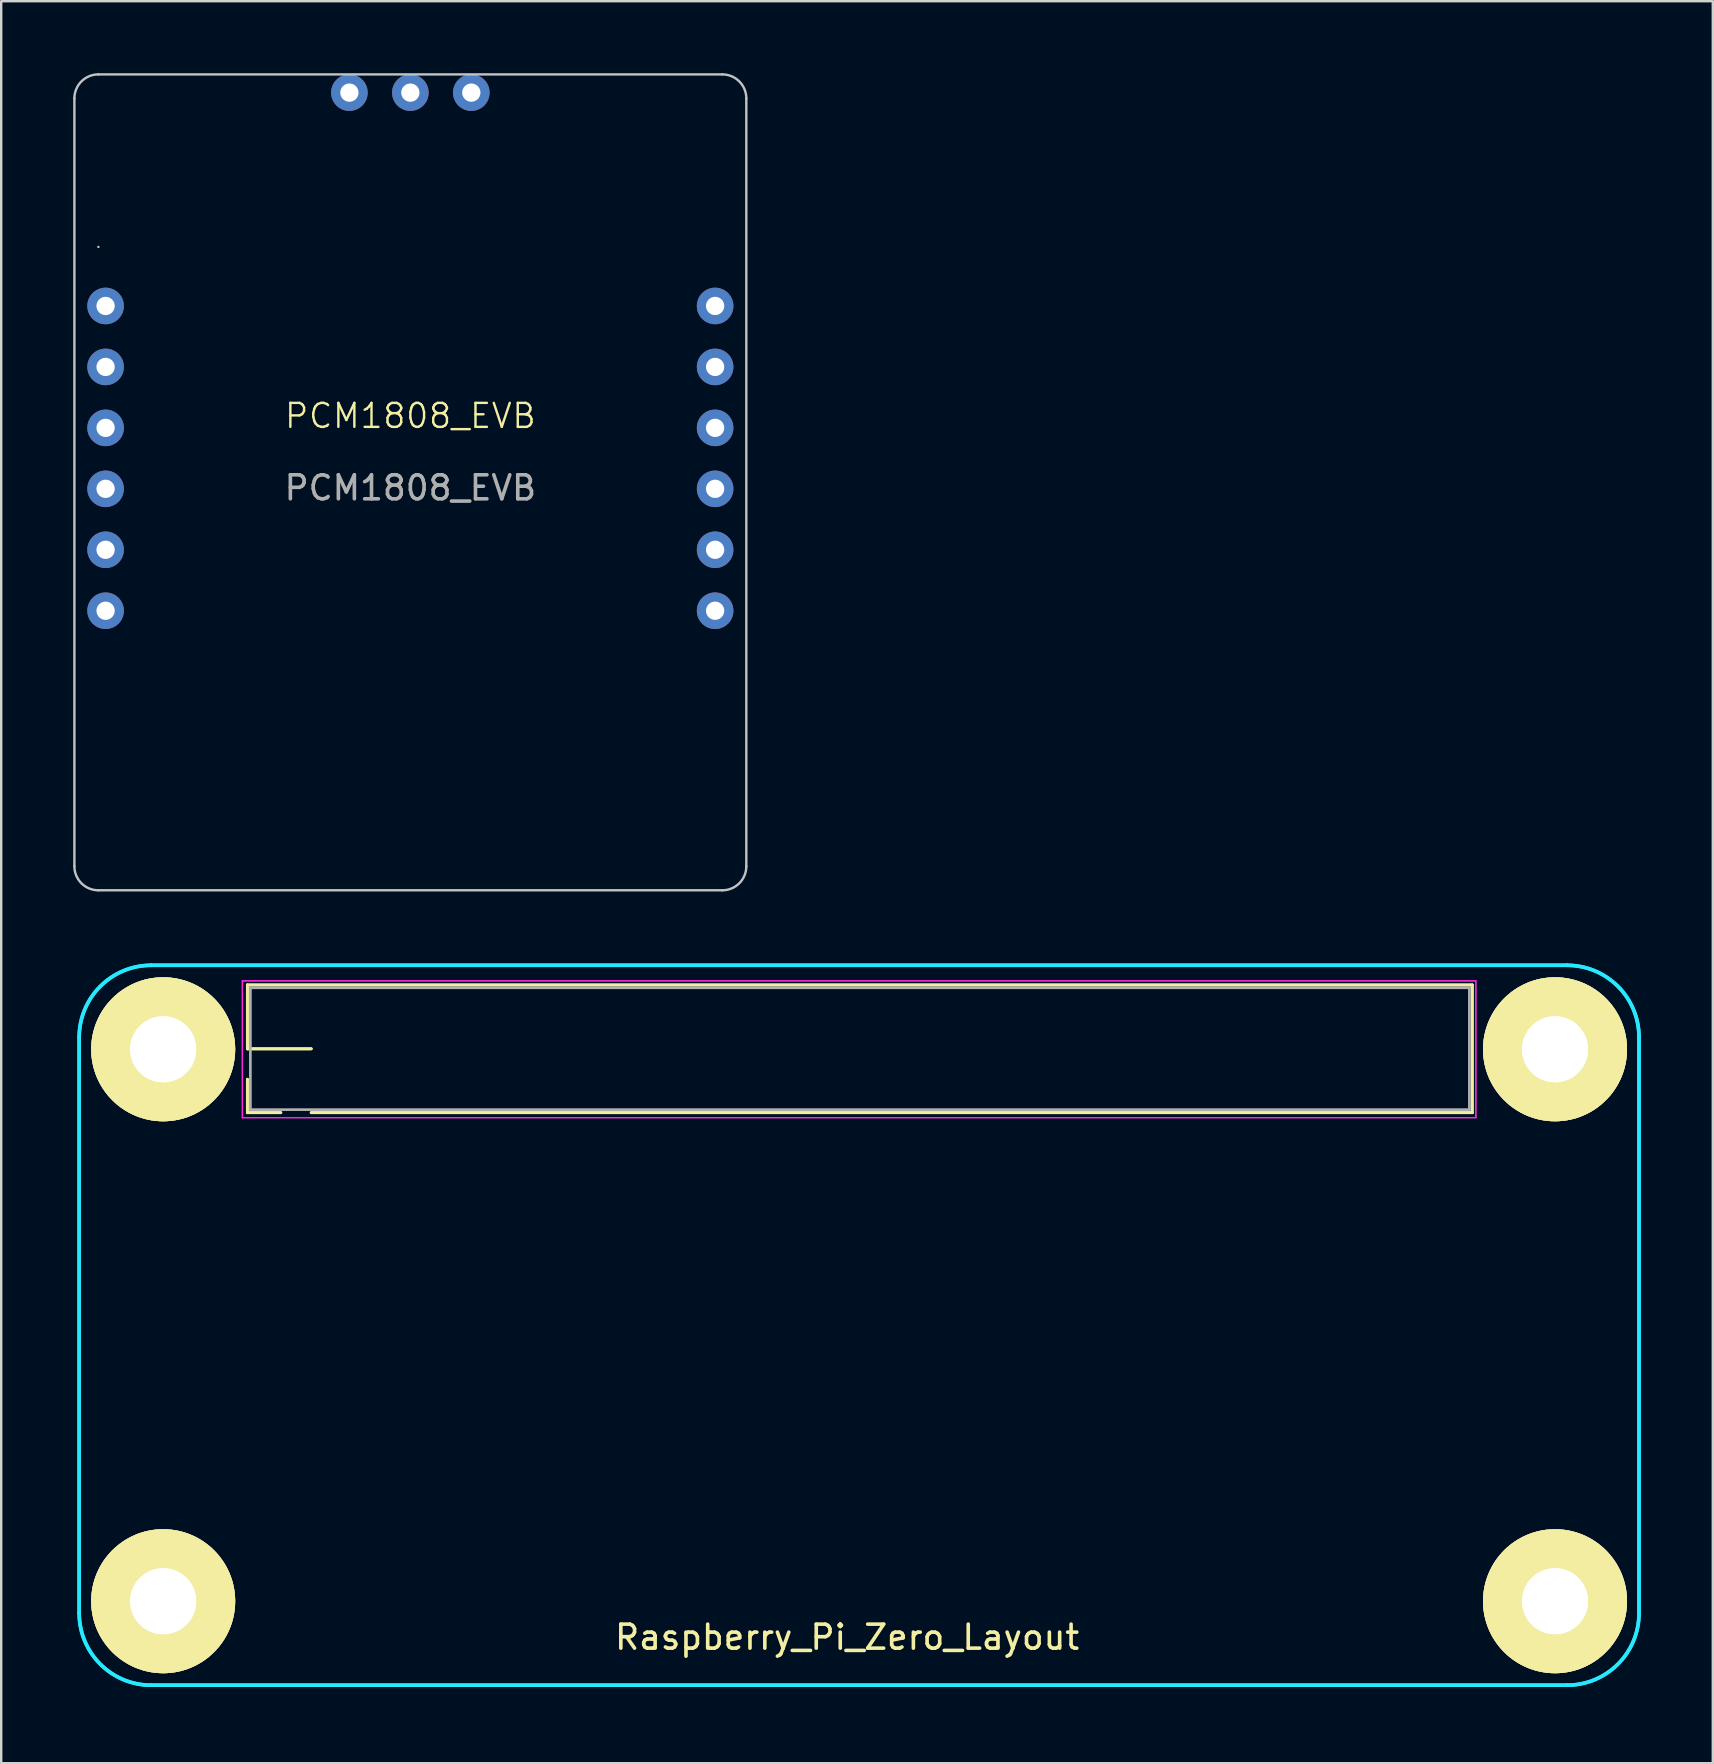
<source format=kicad_pcb>
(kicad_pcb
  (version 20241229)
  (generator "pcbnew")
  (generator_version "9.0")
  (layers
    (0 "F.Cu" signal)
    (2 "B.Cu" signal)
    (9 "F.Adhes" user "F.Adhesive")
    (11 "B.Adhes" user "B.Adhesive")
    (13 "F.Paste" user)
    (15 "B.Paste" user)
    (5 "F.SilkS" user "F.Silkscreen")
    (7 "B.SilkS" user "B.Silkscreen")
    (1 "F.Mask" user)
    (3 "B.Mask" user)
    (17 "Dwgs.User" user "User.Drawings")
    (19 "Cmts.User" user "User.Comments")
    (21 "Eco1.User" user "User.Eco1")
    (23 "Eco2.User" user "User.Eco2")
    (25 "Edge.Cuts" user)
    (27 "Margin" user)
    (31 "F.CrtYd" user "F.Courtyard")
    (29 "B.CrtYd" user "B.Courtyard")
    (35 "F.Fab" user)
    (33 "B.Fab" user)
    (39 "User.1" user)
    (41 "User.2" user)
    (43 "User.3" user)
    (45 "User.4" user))
  (footprint "Raspberry_Pi_Zero_Layout"
    (layer "F.Cu")
    (at 0.25 67.175)
    (property "Reference" "Raspberry_Pi_Zero_Layout" (at 32 -2 0) (layer "F.SilkS") (effects (font (size 1 1) (thickness 0.15))))
    (attr through_hole)
    (fp_line (start 7.01 -29.18) (end 7.01 -26.52) (stroke (width 0.12) (type solid)) (layer "F.SilkS"))
    (fp_line (start 7.01 -29.18) (end 7.01 -26.52) (stroke (width 0.12) (type solid)) (layer "F.SilkS"))
    (fp_line (start 7.01 -26.52) (end 9.67 -26.52) (stroke (width 0.12) (type solid)) (layer "F.SilkS"))
    (fp_line (start 7.01 -26.52) (end 9.67 -26.52) (stroke (width 0.12) (type solid)) (layer "F.SilkS"))
    (fp_line (start 7.01 -23.86) (end 7.01 -25.25) (stroke (width 0.12) (type solid)) (layer "F.SilkS"))
    (fp_line (start 7.01 -23.86) (end 7.01 -25.25) (stroke (width 0.12) (type solid)) (layer "F.SilkS"))
    (fp_line (start 8.4 -23.86) (end 7.01 -23.86) (stroke (width 0.12) (type solid)) (layer "F.SilkS"))
    (fp_line (start 8.4 -23.86) (end 7.01 -23.86) (stroke (width 0.12) (type solid)) (layer "F.SilkS"))
    (fp_line (start 9.67 -23.86) (end 58.05 -23.86) (stroke (width 0.12) (type solid)) (layer "F.SilkS"))
    (fp_line (start 9.67 -23.86) (end 58.05 -23.86) (stroke (width 0.12) (type solid)) (layer "F.SilkS"))
    (fp_line (start 58.05 -29.18) (end 7.01 -29.18) (stroke (width 0.12) (type solid)) (layer "F.SilkS"))
    (fp_line (start 58.05 -29.18) (end 7.01 -29.18) (stroke (width 0.12) (type solid)) (layer "F.SilkS"))
    (fp_line (start 58.05 -23.86) (end 58.05 -29.18) (stroke (width 0.12) (type solid)) (layer "F.SilkS"))
    (fp_line (start 58.05 -23.86) (end 58.05 -29.18) (stroke (width 0.12) (type solid)) (layer "F.SilkS"))
    (fp_line (start 0 -3) (end 0 -27) (stroke (width 0.15) (type solid)) (layer "B.CrtYd"))
    (fp_line (start 0 -3) (end 0 -27) (stroke (width 0.15) (type solid)) (layer "B.CrtYd"))
    (fp_line (start 3 -30) (end 62 -30) (stroke (width 0.15) (type solid)) (layer "B.CrtYd"))
    (fp_line (start 3 -30) (end 62 -30) (stroke (width 0.15) (type solid)) (layer "B.CrtYd"))
    (fp_line (start 62 0) (end 3 0) (stroke (width 0.15) (type solid)) (layer "B.CrtYd"))
    (fp_line (start 62 0) (end 3 0) (stroke (width 0.15) (type solid)) (layer "B.CrtYd"))
    (fp_line (start 65 -27) (end 65 -3) (stroke (width 0.15) (type solid)) (layer "B.CrtYd"))
    (fp_line (start 65 -27) (end 65 -3) (stroke (width 0.15) (type solid)) (layer "B.CrtYd"))
    (fp_arc (start 0 -27) (mid 0.87868 -29.12132) (end 3 -30) (stroke (width 0.15) (type solid)) (layer "B.CrtYd"))
    (fp_arc (start 0 -27) (mid 0.87868 -29.12132) (end 3 -30) (stroke (width 0.15) (type solid)) (layer "B.CrtYd"))
    (fp_arc (start 3 0) (mid 0.87868 -0.87868) (end 0 -3) (stroke (width 0.15) (type solid)) (layer "B.CrtYd"))
    (fp_arc (start 3 0) (mid 0.87868 -0.87868) (end 0 -3) (stroke (width 0.15) (type solid)) (layer "B.CrtYd"))
    (fp_arc (start 62 -30) (mid 64.12132 -29.12132) (end 65 -27) (stroke (width 0.15) (type solid)) (layer "B.CrtYd"))
    (fp_arc (start 62 -30) (mid 64.12132 -29.12132) (end 65 -27) (stroke (width 0.15) (type solid)) (layer "B.CrtYd"))
    (fp_arc (start 65 -3) (mid 64.12132 -0.87868) (end 62 0) (stroke (width 0.15) (type solid)) (layer "B.CrtYd"))
    (fp_arc (start 65 -3) (mid 64.12132 -0.87868) (end 62 0) (stroke (width 0.15) (type solid)) (layer "B.CrtYd"))
    (fp_line (start 6.8 -29.35) (end 6.8 -23.65) (stroke (width 0.05) (type solid)) (layer "F.CrtYd"))
    (fp_line (start 6.8 -29.35) (end 6.8 -23.65) (stroke (width 0.05) (type solid)) (layer "F.CrtYd"))
    (fp_line (start 6.8 -23.65) (end 58.2 -23.65) (stroke (width 0.05) (type solid)) (layer "F.CrtYd"))
    (fp_line (start 6.8 -23.65) (end 58.2 -23.65) (stroke (width 0.05) (type solid)) (layer "F.CrtYd"))
    (fp_line (start 58.2 -29.35) (end 6.8 -29.35) (stroke (width 0.05) (type solid)) (layer "F.CrtYd"))
    (fp_line (start 58.2 -29.35) (end 6.8 -29.35) (stroke (width 0.05) (type solid)) (layer "F.CrtYd"))
    (fp_line (start 58.2 -23.65) (end 58.2 -29.35) (stroke (width 0.05) (type solid)) (layer "F.CrtYd"))
    (fp_line (start 58.2 -23.65) (end 58.2 -29.35) (stroke (width 0.05) (type solid)) (layer "F.CrtYd"))
    (fp_line (start 7.13 -29.06) (end 7.13 -23.98) (stroke (width 0.1) (type solid)) (layer "F.Fab"))
    (fp_line (start 7.13 -29.06) (end 7.13 -23.98) (stroke (width 0.1) (type solid)) (layer "F.Fab"))
    (fp_line (start 7.13 -23.98) (end 57.93 -23.98) (stroke (width 0.1) (type solid)) (layer "F.Fab"))
    (fp_line (start 7.13 -23.98) (end 57.93 -23.98) (stroke (width 0.1) (type solid)) (layer "F.Fab"))
    (fp_line (start 57.93 -29.06) (end 7.13 -29.06) (stroke (width 0.1) (type solid)) (layer "F.Fab"))
    (fp_line (start 57.93 -29.06) (end 7.13 -29.06) (stroke (width 0.1) (type solid)) (layer "F.Fab"))
    (fp_line (start 57.93 -23.98) (end 57.93 -29.06) (stroke (width 0.1) (type solid)) (layer "F.Fab"))
    (fp_line (start 57.93 -23.98) (end 57.93 -29.06) (stroke (width 0.1) (type solid)) (layer "F.Fab"))
    (pad "" np_thru_hole circle (at 3.5 -26.5) (size 6 6) (drill 2.75) (layers "*.Cu" "*.Mask" "F.SilkS"))
    (pad "" np_thru_hole circle (at 3.5 -26.5) (size 6 6) (drill 2.75) (layers "*.Cu" "*.Mask" "F.SilkS"))
    (pad "" np_thru_hole circle (at 3.5 -3.5) (size 6 6) (drill 2.75) (layers "*.Cu" "*.Mask" "F.SilkS"))
    (pad "" np_thru_hole circle (at 3.5 -3.5) (size 6 6) (drill 2.75) (layers "*.Cu" "*.Mask" "F.SilkS"))
    (pad "" np_thru_hole circle (at 61.5 -26.5) (size 6 6) (drill 2.75) (layers "*.Cu" "*.Mask" "F.SilkS"))
    (pad "" np_thru_hole circle (at 61.5 -26.5) (size 6 6) (drill 2.75) (layers "*.Cu" "*.Mask" "F.SilkS"))
    (pad "" np_thru_hole circle (at 61.5 -3.5) (size 6 6) (drill 2.75) (layers "*.Cu" "*.Mask" "F.SilkS"))
    (pad "" np_thru_hole circle (at 61.5 -3.5) (size 6 6) (drill 2.75) (layers "*.Cu" "*.Mask" "F.SilkS")))
  (footprint "PCM1808_EVB"
    (layer "F.Cu")
    (at 14.05 16.05)
    (property "Reference" "PCM1808_EVB" (at 0 -1.77 0) (unlocked yes) (layer "F.SilkS") (effects (font (size 1 1) (thickness 0.1))))
    (attr through_hole)
    (fp_line (start -14 17) (end -14 -15) (stroke (width 0.1) (type default)) (layer "Dwgs.User"))
    (fp_line (start -13 -16) (end 13 -16) (stroke (width 0.1) (type default)) (layer "Dwgs.User"))
    (fp_line (start -13 -8.81) (end -13 -8.81) (stroke (width 0.1) (type default)) (layer "Dwgs.User"))
    (fp_line (start 13 18) (end -13 18) (stroke (width 0.1) (type default)) (layer "Dwgs.User"))
    (fp_line (start 14 -15) (end 14 17) (stroke (width 0.1) (type default)) (layer "Dwgs.User"))
    (fp_arc (start -14 -15) (mid -13.707107 -15.707107) (end -13 -16) (stroke (width 0.1) (type default)) (layer "Dwgs.User"))
    (fp_arc (start -13 18) (mid -13.707107 17.707107) (end -14 17) (stroke (width 0.1) (type default)) (layer "Dwgs.User"))
    (fp_arc (start 13 -16) (mid 13.707107 -15.707107) (end 14 -15) (stroke (width 0.1) (type default)) (layer "Dwgs.User"))
    (fp_arc (start 14 17) (mid 13.707107 17.707107) (end 13 18) (stroke (width 0.1) (type default)) (layer "Dwgs.User"))
    (fp_text user "${REFERENCE}" (at 0 1.23 0) (unlocked yes) (layer "F.Fab") (effects (font (size 1 1) (thickness 0.15))))
    (pad "1" thru_hole circle (at -12.7 6.35) (size 1.524 1.524) (drill 0.762) (layers "*.Cu" "*.Mask"))
    (pad "2" thru_hole circle (at -12.7 3.81) (size 1.524 1.524) (drill 0.762) (layers "*.Cu" "*.Mask"))
    (pad "3" thru_hole circle (at -12.7 1.27) (size 1.524 1.524) (drill 0.762) (layers "*.Cu" "*.Mask"))
    (pad "4" thru_hole circle (at -12.7 -1.27) (size 1.524 1.524) (drill 0.762) (layers "*.Cu" "*.Mask"))
    (pad "5" thru_hole circle (at -12.7 -3.81) (size 1.524 1.524) (drill 0.762) (layers "*.Cu" "*.Mask"))
    (pad "6" thru_hole circle (at -12.7 -6.35) (size 1.524 1.524) (drill 0.762) (layers "*.Cu" "*.Mask"))
    (pad "7" thru_hole circle (at -2.54 -15.24) (size 1.524 1.524) (drill 0.762) (layers "*.Cu" "*.Mask"))
    (pad "8" thru_hole circle (at 0 -15.24) (size 1.524 1.524) (drill 0.762) (layers "*.Cu" "*.Mask"))
    (pad "9" thru_hole circle (at 2.54 -15.24) (size 1.524 1.524) (drill 0.762) (layers "*.Cu" "*.Mask"))
    (pad "10" thru_hole circle (at 12.7 -6.35) (size 1.524 1.524) (drill 0.762) (layers "*.Cu" "*.Mask"))
    (pad "11" thru_hole circle (at 12.7 -3.81) (size 1.524 1.524) (drill 0.762) (layers "*.Cu" "*.Mask"))
    (pad "13" thru_hole circle (at 12.7 -1.27) (size 1.524 1.524) (drill 0.762) (layers "*.Cu" "*.Mask"))
    (pad "14" thru_hole circle (at 12.7 1.27) (size 1.524 1.524) (drill 0.762) (layers "*.Cu" "*.Mask"))
    (pad "15" thru_hole circle (at 12.7 3.81) (size 1.524 1.524) (drill 0.762) (layers "*.Cu" "*.Mask"))
    (pad "16" thru_hole circle (at 12.7 6.35) (size 1.524 1.524) (drill 0.762) (layers "*.Cu" "*.Mask")))
  (gr_rect
    (start -3 -3)
    (end 68.325 70.425)
    (stroke (width 0.1) (type default))
    (fill no)
    (layer "Edge.Cuts")))
</source>
